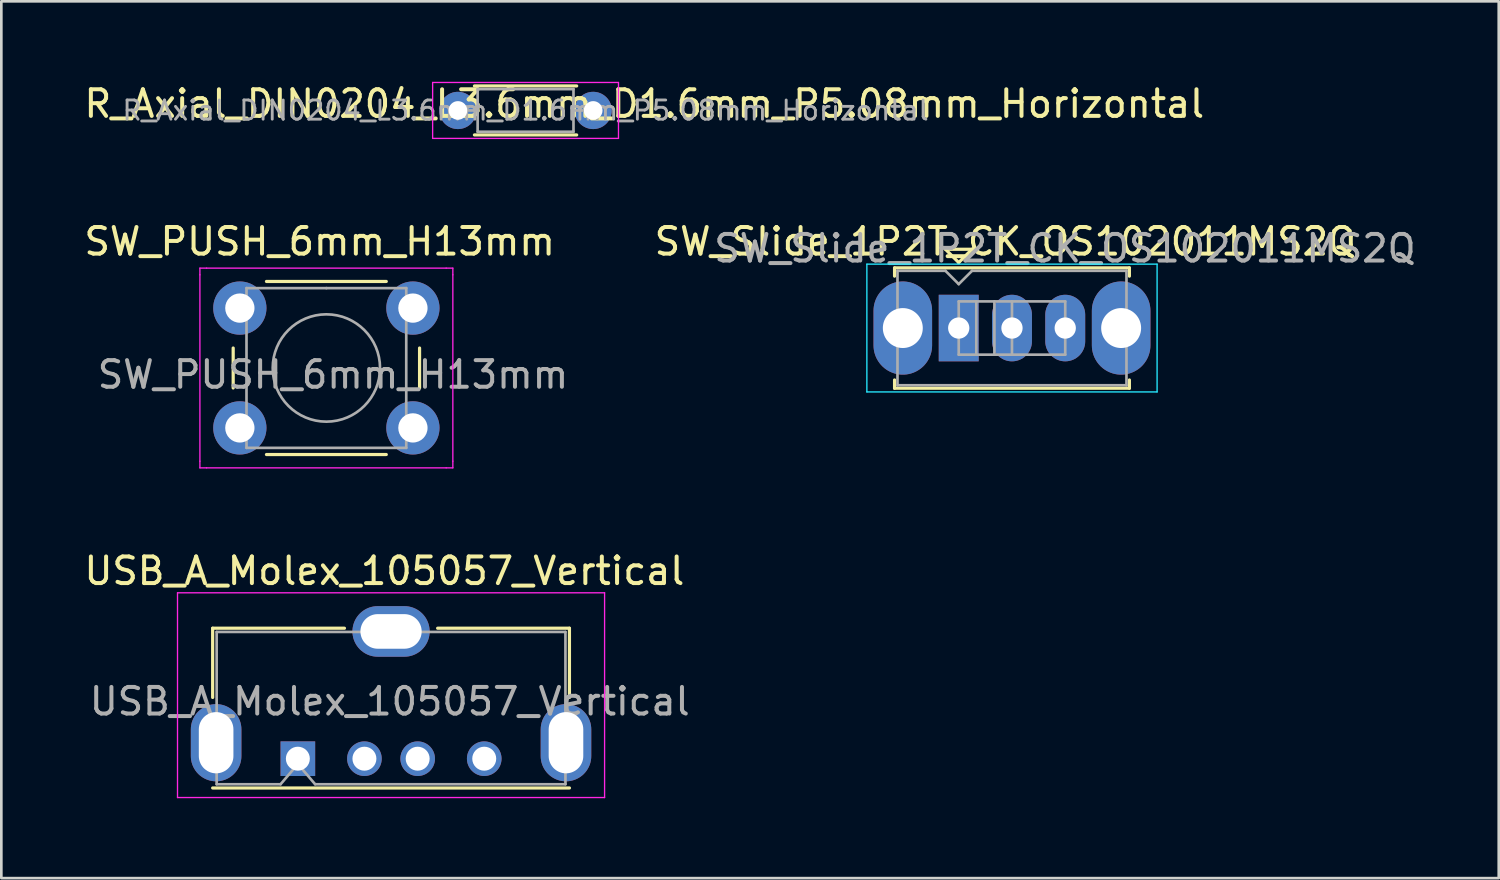
<source format=kicad_pcb>
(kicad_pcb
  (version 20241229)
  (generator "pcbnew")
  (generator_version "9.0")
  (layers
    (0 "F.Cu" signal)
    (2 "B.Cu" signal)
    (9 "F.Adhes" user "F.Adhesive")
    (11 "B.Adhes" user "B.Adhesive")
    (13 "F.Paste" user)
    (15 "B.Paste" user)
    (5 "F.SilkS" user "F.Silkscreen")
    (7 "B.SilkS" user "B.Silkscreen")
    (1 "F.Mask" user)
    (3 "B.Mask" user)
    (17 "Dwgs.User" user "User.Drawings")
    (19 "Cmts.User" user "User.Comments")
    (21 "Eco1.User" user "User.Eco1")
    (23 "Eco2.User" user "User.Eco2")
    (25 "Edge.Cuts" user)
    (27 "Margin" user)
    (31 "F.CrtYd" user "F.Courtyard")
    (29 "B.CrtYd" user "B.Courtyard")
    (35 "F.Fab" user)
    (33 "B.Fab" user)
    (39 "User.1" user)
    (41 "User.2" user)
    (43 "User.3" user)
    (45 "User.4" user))
  (footprint "USB_A_Molex_105057_Vertical"
    (layer "F.Cu")
    (at 8.137 25.445)
    (property "Reference" "USB_A_Molex_105057_Vertical" (at 3.25 -7.05 0) (layer "F.SilkS") (effects (font (size 1 1) (thickness 0.15))))
    (attr through_hole)
    (fp_line (start -3.2 -4.9) (end -3.2 -2.3) (stroke (width 0.12) (type solid)) (layer "F.SilkS"))
    (fp_line (start -3.2 -4.9) (end 1.75 -4.9) (stroke (width 0.12) (type solid)) (layer "F.SilkS"))
    (fp_line (start 10.2 -4.9) (end 5.25 -4.9) (stroke (width 0.12) (type solid)) (layer "F.SilkS"))
    (fp_line (start 10.2 -4.9) (end 10.2 -2.3) (stroke (width 0.12) (type solid)) (layer "F.SilkS"))
    (fp_line (start 10.2 1.1) (end -3.2 1.1) (stroke (width 0.12) (type solid)) (layer "F.SilkS"))
    (fp_line (start -4.52 -6.23) (end 11.52 -6.23) (stroke (width 0.05) (type solid)) (layer "F.CrtYd"))
    (fp_line (start -4.52 1.46) (end -4.52 -6.23) (stroke (width 0.05) (type solid)) (layer "F.CrtYd"))
    (fp_line (start 11.52 -6.23) (end 11.52 1.46) (stroke (width 0.05) (type solid)) (layer "F.CrtYd"))
    (fp_line (start 11.52 1.46) (end -4.52 1.46) (stroke (width 0.05) (type solid)) (layer "F.CrtYd"))
    (fp_line (start -3.05 -4.76) (end 10.05 -4.76) (stroke (width 0.1) (type solid)) (layer "F.Fab"))
    (fp_line (start -3.05 0.96) (end -3.05 -4.76) (stroke (width 0.1) (type solid)) (layer "F.Fab"))
    (fp_line (start -0.65 0.96) (end -3.05 0.96) (stroke (width 0.1) (type solid)) (layer "F.Fab"))
    (fp_line (start -0.65 0.96) (end 0 0.2) (stroke (width 0.1) (type solid)) (layer "F.Fab"))
    (fp_line (start 0 0.2) (end 0.65 0.96) (stroke (width 0.1) (type solid)) (layer "F.Fab"))
    (fp_line (start 10.05 -4.76) (end 10.05 0.96) (stroke (width 0.1) (type solid)) (layer "F.Fab"))
    (fp_line (start 10.05 0.96) (end 0.65 0.96) (stroke (width 0.1) (type solid)) (layer "F.Fab"))
    (fp_text user "${REFERENCE}" (at 3.45 -2.15 0) (layer "F.Fab") (effects (font (size 1 1) (thickness 0.15))))
    (pad "1" thru_hole rect (at 0 0) (size 1.3 1.3) (drill 0.9) (layers "*.Cu" "*.Mask"))
    (pad "2" thru_hole circle (at 2.5 0) (size 1.3 1.3) (drill 0.9) (layers "*.Cu" "*.Mask"))
    (pad "3" thru_hole circle (at 4.5 0) (size 1.3 1.3) (drill 0.9) (layers "*.Cu" "*.Mask"))
    (pad "4" thru_hole circle (at 7 0) (size 1.3 1.3) (drill 0.9) (layers "*.Cu" "*.Mask"))
    (pad "5" thru_hole oval (at -3.07 -0.6 180) (size 1.9 2.9) (drill oval 1.3 2.3) (layers "*.Cu" "*.Mask"))
    (pad "5" thru_hole oval (at 3.5 -4.78 90) (size 1.9 2.9) (drill oval 1.3 2.3) (layers "*.Cu" "*.Mask"))
    (pad "5" thru_hole oval (at 10.07 -0.6) (size 1.9 2.9) (drill oval 1.3 2.3) (layers "*.Cu" "*.Mask")))
  (footprint "R_Axial_DIN0204_L3.6mm_D1.6mm_P5.08mm_Horizontal"
    (layer "F.Cu")
    (at 14.149 1.098)
    (property "Reference" "R_Axial_DIN0204_L3.6mm_D1.6mm_P5.08mm_Horizontal" (at 7 -0.25 0) (layer "F.SilkS") (effects (font (size 1 1) (thickness 0.15))))
    (attr through_hole)
    (fp_line (start 0.62 -0.92) (end 4.46 -0.92) (stroke (width 0.12) (type solid)) (layer "F.SilkS"))
    (fp_line (start 0.62 0.92) (end 4.46 0.92) (stroke (width 0.12) (type solid)) (layer "F.SilkS"))
    (fp_line (start -0.95 -1.05) (end -0.95 1.05) (stroke (width 0.05) (type solid)) (layer "F.CrtYd"))
    (fp_line (start -0.95 1.05) (end 6.03 1.05) (stroke (width 0.05) (type solid)) (layer "F.CrtYd"))
    (fp_line (start 6.03 -1.05) (end -0.95 -1.05) (stroke (width 0.05) (type solid)) (layer "F.CrtYd"))
    (fp_line (start 6.03 1.05) (end 6.03 -1.05) (stroke (width 0.05) (type solid)) (layer "F.CrtYd"))
    (fp_line (start 0 0) (end 0.74 0) (stroke (width 0.1) (type solid)) (layer "F.Fab"))
    (fp_line (start 0.74 -0.8) (end 0.74 0.8) (stroke (width 0.1) (type solid)) (layer "F.Fab"))
    (fp_line (start 0.74 0.8) (end 4.34 0.8) (stroke (width 0.1) (type solid)) (layer "F.Fab"))
    (fp_line (start 4.34 -0.8) (end 0.74 -0.8) (stroke (width 0.1) (type solid)) (layer "F.Fab"))
    (fp_line (start 4.34 0.8) (end 4.34 -0.8) (stroke (width 0.1) (type solid)) (layer "F.Fab"))
    (fp_line (start 5.08 0) (end 4.34 0) (stroke (width 0.1) (type solid)) (layer "F.Fab"))
    (fp_text user "${REFERENCE}" (at 2.54 0 0) (layer "F.Fab") (effects (font (size 0.72 0.72) (thickness 0.108))))
    (pad "1" thru_hole circle (at 0 0) (size 1.4 1.4) (drill 0.7) (layers "*.Cu" "*.Mask"))
    (pad "2" thru_hole oval (at 5.08 0) (size 1.4 1.4) (drill 0.7) (layers "*.Cu" "*.Mask")))
  (footprint "SW_PUSH_6mm_H13mm"
    (layer "F.Cu")
    (at 5.958 8.521)
    (property "Reference" "SW_PUSH_6mm_H13mm" (at 3 -2.5 0) (layer "F.SilkS") (effects (font (size 1 1) (thickness 0.15))))
    (attr through_hole)
    (fp_line (start -0.25 1.5) (end -0.25 3) (stroke (width 0.12) (type solid)) (layer "F.SilkS"))
    (fp_line (start 1 5.5) (end 5.5 5.5) (stroke (width 0.12) (type solid)) (layer "F.SilkS"))
    (fp_line (start 5.5 -1) (end 1 -1) (stroke (width 0.12) (type solid)) (layer "F.SilkS"))
    (fp_line (start 6.75 3) (end 6.75 1.5) (stroke (width 0.12) (type solid)) (layer "F.SilkS"))
    (fp_line (start -1.5 -1.5) (end -1.25 -1.5) (stroke (width 0.05) (type solid)) (layer "F.CrtYd"))
    (fp_line (start -1.5 -1.25) (end -1.5 -1.5) (stroke (width 0.05) (type solid)) (layer "F.CrtYd"))
    (fp_line (start -1.5 5.75) (end -1.5 -1.25) (stroke (width 0.05) (type solid)) (layer "F.CrtYd"))
    (fp_line (start -1.5 5.75) (end -1.5 6) (stroke (width 0.05) (type solid)) (layer "F.CrtYd"))
    (fp_line (start -1.5 6) (end -1.25 6) (stroke (width 0.05) (type solid)) (layer "F.CrtYd"))
    (fp_line (start -1.25 -1.5) (end 7.75 -1.5) (stroke (width 0.05) (type solid)) (layer "F.CrtYd"))
    (fp_line (start 7.75 -1.5) (end 8 -1.5) (stroke (width 0.05) (type solid)) (layer "F.CrtYd"))
    (fp_line (start 7.75 6) (end -1.25 6) (stroke (width 0.05) (type solid)) (layer "F.CrtYd"))
    (fp_line (start 7.75 6) (end 8 6) (stroke (width 0.05) (type solid)) (layer "F.CrtYd"))
    (fp_line (start 8 -1.5) (end 8 -1.25) (stroke (width 0.05) (type solid)) (layer "F.CrtYd"))
    (fp_line (start 8 -1.25) (end 8 5.75) (stroke (width 0.05) (type solid)) (layer "F.CrtYd"))
    (fp_line (start 8 6) (end 8 5.75) (stroke (width 0.05) (type solid)) (layer "F.CrtYd"))
    (fp_line (start 0.25 -0.75) (end 3.25 -0.75) (stroke (width 0.1) (type solid)) (layer "F.Fab"))
    (fp_line (start 0.25 5.25) (end 0.25 -0.75) (stroke (width 0.1) (type solid)) (layer "F.Fab"))
    (fp_line (start 3.25 -0.75) (end 6.25 -0.75) (stroke (width 0.1) (type solid)) (layer "F.Fab"))
    (fp_line (start 6.25 -0.75) (end 6.25 5.25) (stroke (width 0.1) (type solid)) (layer "F.Fab"))
    (fp_line (start 6.25 5.25) (end 0.25 5.25) (stroke (width 0.1) (type solid)) (layer "F.Fab"))
    (fp_circle (center 3.25 2.25) (end 1.25 2.5) (stroke (width 0.1) (type solid)) (fill no) (layer "F.Fab"))
    (fp_text user "${REFERENCE}" (at 3.5 2.5 0) (layer "F.Fab") (effects (font (size 1 1) (thickness 0.15))))
    (pad "1" thru_hole circle (at 0 0 90) (size 2 2) (drill 1.1) (layers "*.Cu" "*.Mask"))
    (pad "1" thru_hole circle (at 6.5 0 90) (size 2 2) (drill 1.1) (layers "*.Cu" "*.Mask"))
    (pad "2" thru_hole circle (at 0 4.5 90) (size 2 2) (drill 1.1) (layers "*.Cu" "*.Mask"))
    (pad "2" thru_hole circle (at 6.5 4.5 90) (size 2 2) (drill 1.1) (layers "*.Cu" "*.Mask")))
  (footprint "SW_Slide_1P2T_CK_OS102011MS2Q"
    (layer "F.Cu")
    (at 32.958 9.271)
    (property "Reference" "SW_Slide_1P2T_CK_OS102011MS2Q" (at 1.75 -3.25 0) (layer "F.SilkS") (effects (font (size 1 1) (thickness 0.15))))
    (attr through_hole)
    (fp_line (start -2.41 -2.26) (end 6.41 -2.26) (stroke (width 0.12) (type solid)) (layer "F.SilkS"))
    (fp_line (start -2.41 -1.95) (end -2.41 -2.26) (stroke (width 0.12) (type solid)) (layer "F.SilkS"))
    (fp_line (start -2.41 2.26) (end -2.41 1.95) (stroke (width 0.12) (type solid)) (layer "F.SilkS"))
    (fp_line (start -0.5 -2.96) (end 0 -2.46) (stroke (width 0.12) (type solid)) (layer "F.SilkS"))
    (fp_line (start 0 -2.46) (end 0.5 -2.96) (stroke (width 0.12) (type solid)) (layer "F.SilkS"))
    (fp_line (start 0.5 -2.96) (end -0.5 -2.96) (stroke (width 0.12) (type solid)) (layer "F.SilkS"))
    (fp_line (start 6.41 -2.26) (end 6.41 -1.95) (stroke (width 0.12) (type solid)) (layer "F.SilkS"))
    (fp_line (start 6.41 2.26) (end -2.41 2.26) (stroke (width 0.12) (type solid)) (layer "F.SilkS"))
    (fp_line (start 6.41 2.26) (end 6.41 1.95) (stroke (width 0.12) (type solid)) (layer "F.SilkS"))
    (fp_line (start -3.45 -2.4) (end 7.45 -2.4) (stroke (width 0.05) (type solid)) (layer "B.CrtYd"))
    (fp_line (start -3.45 2.4) (end -3.45 -2.4) (stroke (width 0.05) (type solid)) (layer "B.CrtYd"))
    (fp_line (start 7.45 -2.4) (end 7.45 2.4) (stroke (width 0.05) (type solid)) (layer "B.CrtYd"))
    (fp_line (start 7.45 2.4) (end -3.45 2.4) (stroke (width 0.05) (type solid)) (layer "B.CrtYd"))
    (fp_line (start -2.3 -2.15) (end -0.5 -2.15) (stroke (width 0.1) (type solid)) (layer "F.Fab"))
    (fp_line (start -2.3 2.15) (end -2.3 -2.15) (stroke (width 0.1) (type solid)) (layer "F.Fab"))
    (fp_line (start -0.5 -2.15) (end 0 -1.65) (stroke (width 0.1) (type solid)) (layer "F.Fab"))
    (fp_line (start 0 -1.65) (end 0.5 -2.15) (stroke (width 0.1) (type solid)) (layer "F.Fab"))
    (fp_line (start 0 -1) (end 0 1) (stroke (width 0.1) (type solid)) (layer "F.Fab"))
    (fp_line (start 0 -1) (end 4 -1) (stroke (width 0.1) (type solid)) (layer "F.Fab"))
    (fp_line (start 0 1) (end 4 1) (stroke (width 0.1) (type solid)) (layer "F.Fab"))
    (fp_line (start 0.5 -2.15) (end 6.3 -2.15) (stroke (width 0.1) (type solid)) (layer "F.Fab"))
    (fp_line (start 0.66 -1) (end 0.66 1) (stroke (width 0.1) (type solid)) (layer "F.Fab"))
    (fp_line (start 1.34 -1) (end 1.34 1) (stroke (width 0.1) (type solid)) (layer "F.Fab"))
    (fp_line (start 2 -1) (end 2 1) (stroke (width 0.1) (type solid)) (layer "F.Fab"))
    (fp_line (start 4 -1) (end 4 1) (stroke (width 0.1) (type solid)) (layer "F.Fab"))
    (fp_line (start 6.3 -2.15) (end 6.3 2.15) (stroke (width 0.1) (type solid)) (layer "F.Fab"))
    (fp_line (start 6.3 2.15) (end -2.3 2.15) (stroke (width 0.1) (type solid)) (layer "F.Fab"))
    (fp_text user "${REFERENCE}" (at 3.99 -2.99 0) (layer "F.Fab") (effects (font (size 1 1) (thickness 0.15))))
    (pad "" thru_hole oval (at -2.1 0) (size 2.2 3.5) (drill 1.5) (layers "*.Cu" "*.Mask"))
    (pad "" thru_hole oval (at 6.1 0) (size 2.2 3.5) (drill 1.5) (layers "*.Cu" "*.Mask"))
    (pad "1" thru_hole rect (at 0 0) (size 1.5 2.5) (drill 0.8) (layers "*.Cu" "*.Mask"))
    (pad "2" thru_hole oval (at 2 0) (size 1.5 2.5) (drill 0.8) (layers "*.Cu" "*.Mask"))
    (pad "3" thru_hole oval (at 4 0) (size 1.5 2.5) (drill 0.8) (layers "*.Cu" "*.Mask")))
  (gr_rect
    (start -3 -3)
    (end 53.24 29.93)
    (stroke (width 0.1) (type default))
    (fill no)
    (layer "Edge.Cuts")))
</source>
